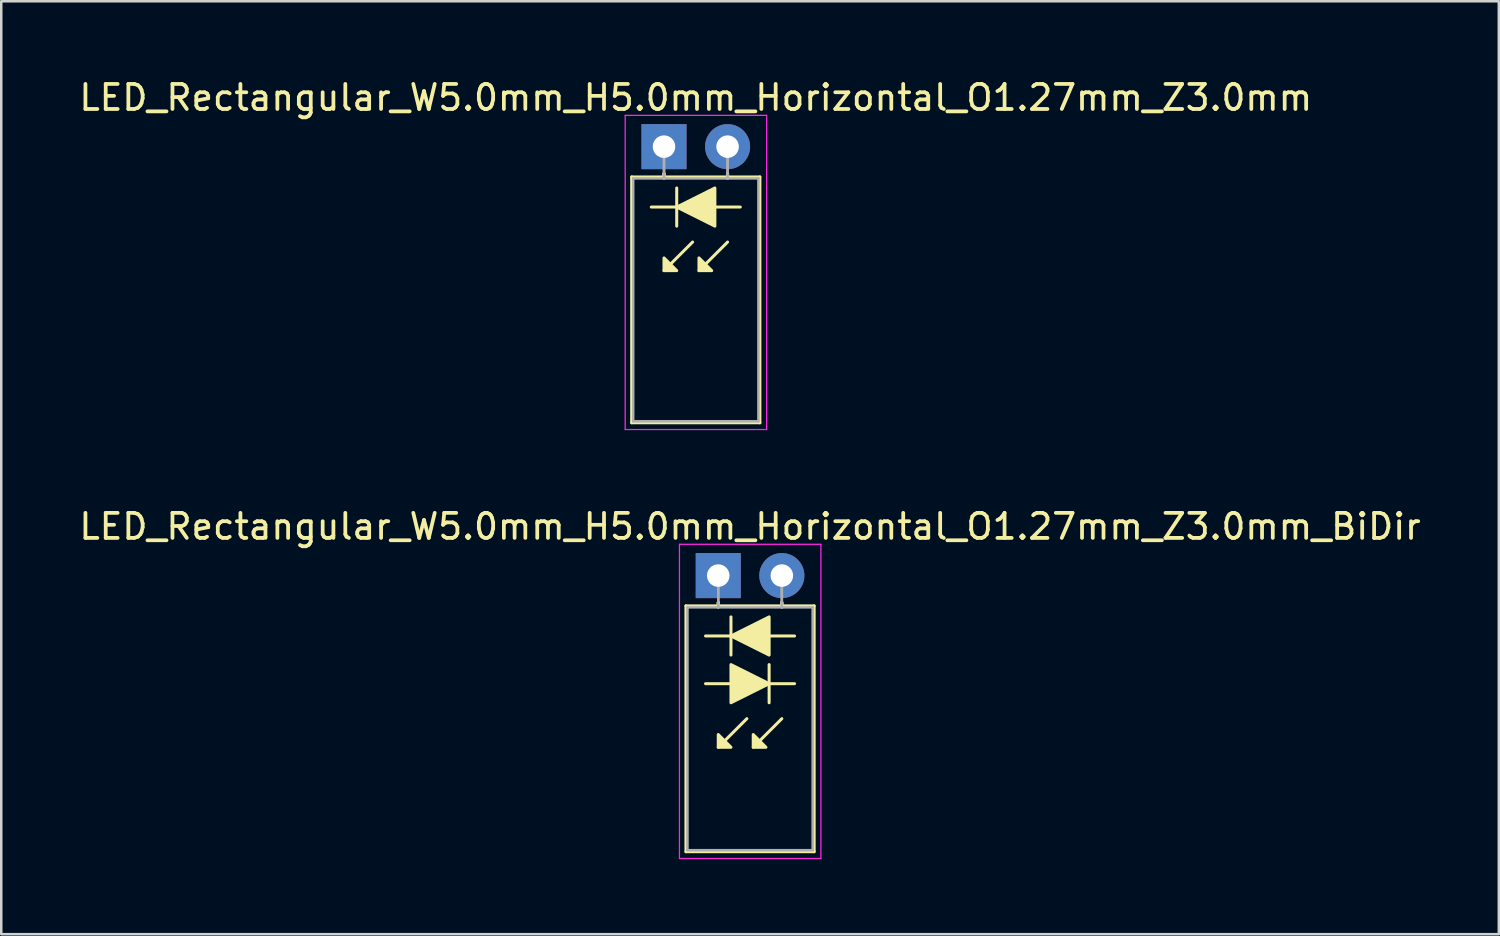
<source format=kicad_pcb>
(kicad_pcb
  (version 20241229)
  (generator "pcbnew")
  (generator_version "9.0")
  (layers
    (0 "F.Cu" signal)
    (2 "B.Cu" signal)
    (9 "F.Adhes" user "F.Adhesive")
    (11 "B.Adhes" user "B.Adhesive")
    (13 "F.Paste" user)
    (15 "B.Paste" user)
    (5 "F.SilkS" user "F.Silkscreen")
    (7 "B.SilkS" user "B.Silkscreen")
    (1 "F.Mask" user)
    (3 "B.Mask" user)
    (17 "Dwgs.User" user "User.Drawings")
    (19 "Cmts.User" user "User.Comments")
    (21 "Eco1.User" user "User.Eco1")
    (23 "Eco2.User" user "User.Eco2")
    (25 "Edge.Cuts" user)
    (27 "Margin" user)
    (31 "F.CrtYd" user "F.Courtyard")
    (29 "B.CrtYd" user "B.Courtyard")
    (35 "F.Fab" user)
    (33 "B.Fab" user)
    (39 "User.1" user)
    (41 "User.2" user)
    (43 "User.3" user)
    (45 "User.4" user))
  (footprint "LED_Rectangular_W5.0mm_H5.0mm_Horizontal_O1.27mm_Z3.0mm_BiDir"
    (layer "F.Cu")
    (at 25.641 19.942)
    (property "Reference" "LED_Rectangular_W5.0mm_H5.0mm_Horizontal_O1.27mm_Z3.0mm_BiDir" (at 1.27 -1.96 0) (layer "F.SilkS") (effects (font (size 1 1) (thickness 0.15))))
    (fp_line (start -1.29 1.21) (end -1.29 11.03) (stroke (width 0.12) (type solid)) (layer "F.SilkS"))
    (fp_line (start -1.29 11.03) (end 3.83 11.03) (stroke (width 0.12) (type solid)) (layer "F.SilkS"))
    (fp_line (start -0.508 4.318) (end 0.508 4.318) (stroke (width 0.12) (type solid)) (layer "F.SilkS"))
    (fp_line (start 0 1.08) (end 0 1.08) (stroke (width 0.12) (type solid)) (layer "F.SilkS"))
    (fp_line (start 0 1.08) (end 0 1.21) (stroke (width 0.12) (type solid)) (layer "F.SilkS"))
    (fp_line (start 0 1.21) (end 0 1.08) (stroke (width 0.12) (type solid)) (layer "F.SilkS"))
    (fp_line (start 0 1.21) (end 0 1.21) (stroke (width 0.12) (type solid)) (layer "F.SilkS"))
    (fp_line (start 0.508 1.651) (end 0.508 3.175) (stroke (width 0.12) (type solid)) (layer "F.SilkS"))
    (fp_line (start 0.508 2.413) (end -0.508 2.413) (stroke (width 0.12) (type solid)) (layer "F.SilkS"))
    (fp_line (start 1.143 5.715) (end 0 6.858) (stroke (width 0.12) (type solid)) (layer "F.SilkS"))
    (fp_line (start 2.032 4.318) (end 3.048 4.318) (stroke (width 0.12) (type solid)) (layer "F.SilkS"))
    (fp_line (start 2.032 5.08) (end 2.032 3.556) (stroke (width 0.12) (type solid)) (layer "F.SilkS"))
    (fp_line (start 2.54 1.08) (end 2.54 1.08) (stroke (width 0.12) (type solid)) (layer "F.SilkS"))
    (fp_line (start 2.54 1.08) (end 2.54 1.21) (stroke (width 0.12) (type solid)) (layer "F.SilkS"))
    (fp_line (start 2.54 1.21) (end 2.54 1.08) (stroke (width 0.12) (type solid)) (layer "F.SilkS"))
    (fp_line (start 2.54 1.21) (end 2.54 1.21) (stroke (width 0.12) (type solid)) (layer "F.SilkS"))
    (fp_line (start 2.54 5.715) (end 1.397 6.858) (stroke (width 0.12) (type solid)) (layer "F.SilkS"))
    (fp_line (start 3.048 2.413) (end 2.032 2.413) (stroke (width 0.12) (type solid)) (layer "F.SilkS"))
    (fp_line (start 3.83 1.21) (end -1.29 1.21) (stroke (width 0.12) (type solid)) (layer "F.SilkS"))
    (fp_line (start 3.83 11.03) (end 3.83 1.21) (stroke (width 0.12) (type solid)) (layer "F.SilkS"))
    (fp_poly (pts (xy 0 6.35) (xy 0.508 6.858) (xy 0 6.858)) (stroke (width 0.12) (type solid)) (fill yes) (layer "F.SilkS"))
    (fp_poly (pts (xy 0.508 3.556) (xy 2.032 4.318) (xy 0.508 5.08)) (stroke (width 0.12) (type solid)) (fill yes) (layer "F.SilkS"))
    (fp_poly (pts (xy 1.397 6.35) (xy 1.905 6.858) (xy 1.397 6.858)) (stroke (width 0.12) (type solid)) (fill yes) (layer "F.SilkS"))
    (fp_poly (pts (xy 2.032 3.175) (xy 0.508 2.413) (xy 2.032 1.651)) (stroke (width 0.12) (type solid)) (fill yes) (layer "F.SilkS"))
    (fp_line (start -1.55 -1.25) (end -1.55 11.3) (stroke (width 0.05) (type solid)) (layer "F.CrtYd"))
    (fp_line (start -1.55 11.3) (end 4.1 11.3) (stroke (width 0.05) (type solid)) (layer "F.CrtYd"))
    (fp_line (start 4.1 -1.25) (end -1.55 -1.25) (stroke (width 0.05) (type solid)) (layer "F.CrtYd"))
    (fp_line (start 4.1 11.3) (end 4.1 -1.25) (stroke (width 0.05) (type solid)) (layer "F.CrtYd"))
    (fp_line (start -1.23 1.27) (end -1.23 10.97) (stroke (width 0.1) (type solid)) (layer "F.Fab"))
    (fp_line (start -1.23 10.97) (end 3.77 10.97) (stroke (width 0.1) (type solid)) (layer "F.Fab"))
    (fp_line (start 0 0) (end 0 0) (stroke (width 0.1) (type solid)) (layer "F.Fab"))
    (fp_line (start 0 0) (end 0 1.27) (stroke (width 0.1) (type solid)) (layer "F.Fab"))
    (fp_line (start 0 1.27) (end 0 0) (stroke (width 0.1) (type solid)) (layer "F.Fab"))
    (fp_line (start 0 1.27) (end 0 1.27) (stroke (width 0.1) (type solid)) (layer "F.Fab"))
    (fp_line (start 2.54 0) (end 2.54 0) (stroke (width 0.1) (type solid)) (layer "F.Fab"))
    (fp_line (start 2.54 0) (end 2.54 1.27) (stroke (width 0.1) (type solid)) (layer "F.Fab"))
    (fp_line (start 2.54 1.27) (end 2.54 0) (stroke (width 0.1) (type solid)) (layer "F.Fab"))
    (fp_line (start 2.54 1.27) (end 2.54 1.27) (stroke (width 0.1) (type solid)) (layer "F.Fab"))
    (fp_line (start 3.77 1.27) (end -1.23 1.27) (stroke (width 0.1) (type solid)) (layer "F.Fab"))
    (fp_line (start 3.77 10.97) (end 3.77 1.27) (stroke (width 0.1) (type solid)) (layer "F.Fab"))
    (pad "1" thru_hole rect (at 0 0) (size 1.8 1.8) (drill 0.9) (layers "*.Cu" "*.Mask"))
    (pad "2" thru_hole circle (at 2.54 0) (size 1.8 1.8) (drill 0.9) (layers "*.Cu" "*.Mask")))
  (footprint "LED_Rectangular_W5.0mm_H5.0mm_Horizontal_O1.27mm_Z3.0mm"
    (layer "F.Cu")
    (at 23.474 2.808)
    (property "Reference" "LED_Rectangular_W5.0mm_H5.0mm_Horizontal_O1.27mm_Z3.0mm" (at 1.27 -1.96 0) (layer "F.SilkS") (effects (font (size 1 1) (thickness 0.15))))
    (fp_line (start -1.29 1.21) (end -1.29 11.03) (stroke (width 0.12) (type solid)) (layer "F.SilkS"))
    (fp_line (start -1.29 11.03) (end 3.83 11.03) (stroke (width 0.12) (type solid)) (layer "F.SilkS"))
    (fp_line (start 0 1.08) (end 0 1.08) (stroke (width 0.12) (type solid)) (layer "F.SilkS"))
    (fp_line (start 0 1.08) (end 0 1.21) (stroke (width 0.12) (type solid)) (layer "F.SilkS"))
    (fp_line (start 0 1.21) (end 0 1.08) (stroke (width 0.12) (type solid)) (layer "F.SilkS"))
    (fp_line (start 0 1.21) (end 0 1.21) (stroke (width 0.12) (type solid)) (layer "F.SilkS"))
    (fp_line (start 0.508 1.651) (end 0.508 3.175) (stroke (width 0.12) (type solid)) (layer "F.SilkS"))
    (fp_line (start 0.508 2.413) (end -0.508 2.413) (stroke (width 0.12) (type solid)) (layer "F.SilkS"))
    (fp_line (start 1.143 3.81) (end 0 4.953) (stroke (width 0.12) (type solid)) (layer "F.SilkS"))
    (fp_line (start 2.54 1.08) (end 2.54 1.08) (stroke (width 0.12) (type solid)) (layer "F.SilkS"))
    (fp_line (start 2.54 1.08) (end 2.54 1.21) (stroke (width 0.12) (type solid)) (layer "F.SilkS"))
    (fp_line (start 2.54 1.21) (end 2.54 1.08) (stroke (width 0.12) (type solid)) (layer "F.SilkS"))
    (fp_line (start 2.54 1.21) (end 2.54 1.21) (stroke (width 0.12) (type solid)) (layer "F.SilkS"))
    (fp_line (start 2.54 3.81) (end 1.397 4.953) (stroke (width 0.12) (type solid)) (layer "F.SilkS"))
    (fp_line (start 3.048 2.413) (end 2.032 2.413) (stroke (width 0.12) (type solid)) (layer "F.SilkS"))
    (fp_line (start 3.83 1.21) (end -1.29 1.21) (stroke (width 0.12) (type solid)) (layer "F.SilkS"))
    (fp_line (start 3.83 11.03) (end 3.83 1.21) (stroke (width 0.12) (type solid)) (layer "F.SilkS"))
    (fp_poly (pts (xy 0 4.445) (xy 0.508 4.953) (xy 0 4.953)) (stroke (width 0.12) (type solid)) (fill yes) (layer "F.SilkS"))
    (fp_poly (pts (xy 1.397 4.445) (xy 1.905 4.953) (xy 1.397 4.953)) (stroke (width 0.12) (type solid)) (fill yes) (layer "F.SilkS"))
    (fp_poly (pts (xy 2.032 3.175) (xy 0.508 2.413) (xy 2.032 1.651)) (stroke (width 0.12) (type solid)) (fill yes) (layer "F.SilkS"))
    (fp_line (start -1.55 -1.25) (end -1.55 11.3) (stroke (width 0.05) (type solid)) (layer "F.CrtYd"))
    (fp_line (start -1.55 11.3) (end 4.1 11.3) (stroke (width 0.05) (type solid)) (layer "F.CrtYd"))
    (fp_line (start 4.1 -1.25) (end -1.55 -1.25) (stroke (width 0.05) (type solid)) (layer "F.CrtYd"))
    (fp_line (start 4.1 11.3) (end 4.1 -1.25) (stroke (width 0.05) (type solid)) (layer "F.CrtYd"))
    (fp_line (start -1.23 1.27) (end -1.23 10.97) (stroke (width 0.1) (type solid)) (layer "F.Fab"))
    (fp_line (start -1.23 10.97) (end 3.77 10.97) (stroke (width 0.1) (type solid)) (layer "F.Fab"))
    (fp_line (start 0 0) (end 0 0) (stroke (width 0.1) (type solid)) (layer "F.Fab"))
    (fp_line (start 0 0) (end 0 1.27) (stroke (width 0.1) (type solid)) (layer "F.Fab"))
    (fp_line (start 0 1.27) (end 0 0) (stroke (width 0.1) (type solid)) (layer "F.Fab"))
    (fp_line (start 0 1.27) (end 0 1.27) (stroke (width 0.1) (type solid)) (layer "F.Fab"))
    (fp_line (start 2.54 0) (end 2.54 0) (stroke (width 0.1) (type solid)) (layer "F.Fab"))
    (fp_line (start 2.54 0) (end 2.54 1.27) (stroke (width 0.1) (type solid)) (layer "F.Fab"))
    (fp_line (start 2.54 1.27) (end 2.54 0) (stroke (width 0.1) (type solid)) (layer "F.Fab"))
    (fp_line (start 2.54 1.27) (end 2.54 1.27) (stroke (width 0.1) (type solid)) (layer "F.Fab"))
    (fp_line (start 3.77 1.27) (end -1.23 1.27) (stroke (width 0.1) (type solid)) (layer "F.Fab"))
    (fp_line (start 3.77 10.97) (end 3.77 1.27) (stroke (width 0.1) (type solid)) (layer "F.Fab"))
    (pad "1" thru_hole rect (at 0 0) (size 1.8 1.8) (drill 0.9) (layers "*.Cu" "*.Mask"))
    (pad "2" thru_hole circle (at 2.54 0) (size 1.8 1.8) (drill 0.9) (layers "*.Cu" "*.Mask")))
  (gr_rect
    (start -3 -3)
    (end 56.821 34.267)
    (stroke (width 0.1) (type default))
    (fill no)
    (layer "Edge.Cuts")))
</source>
